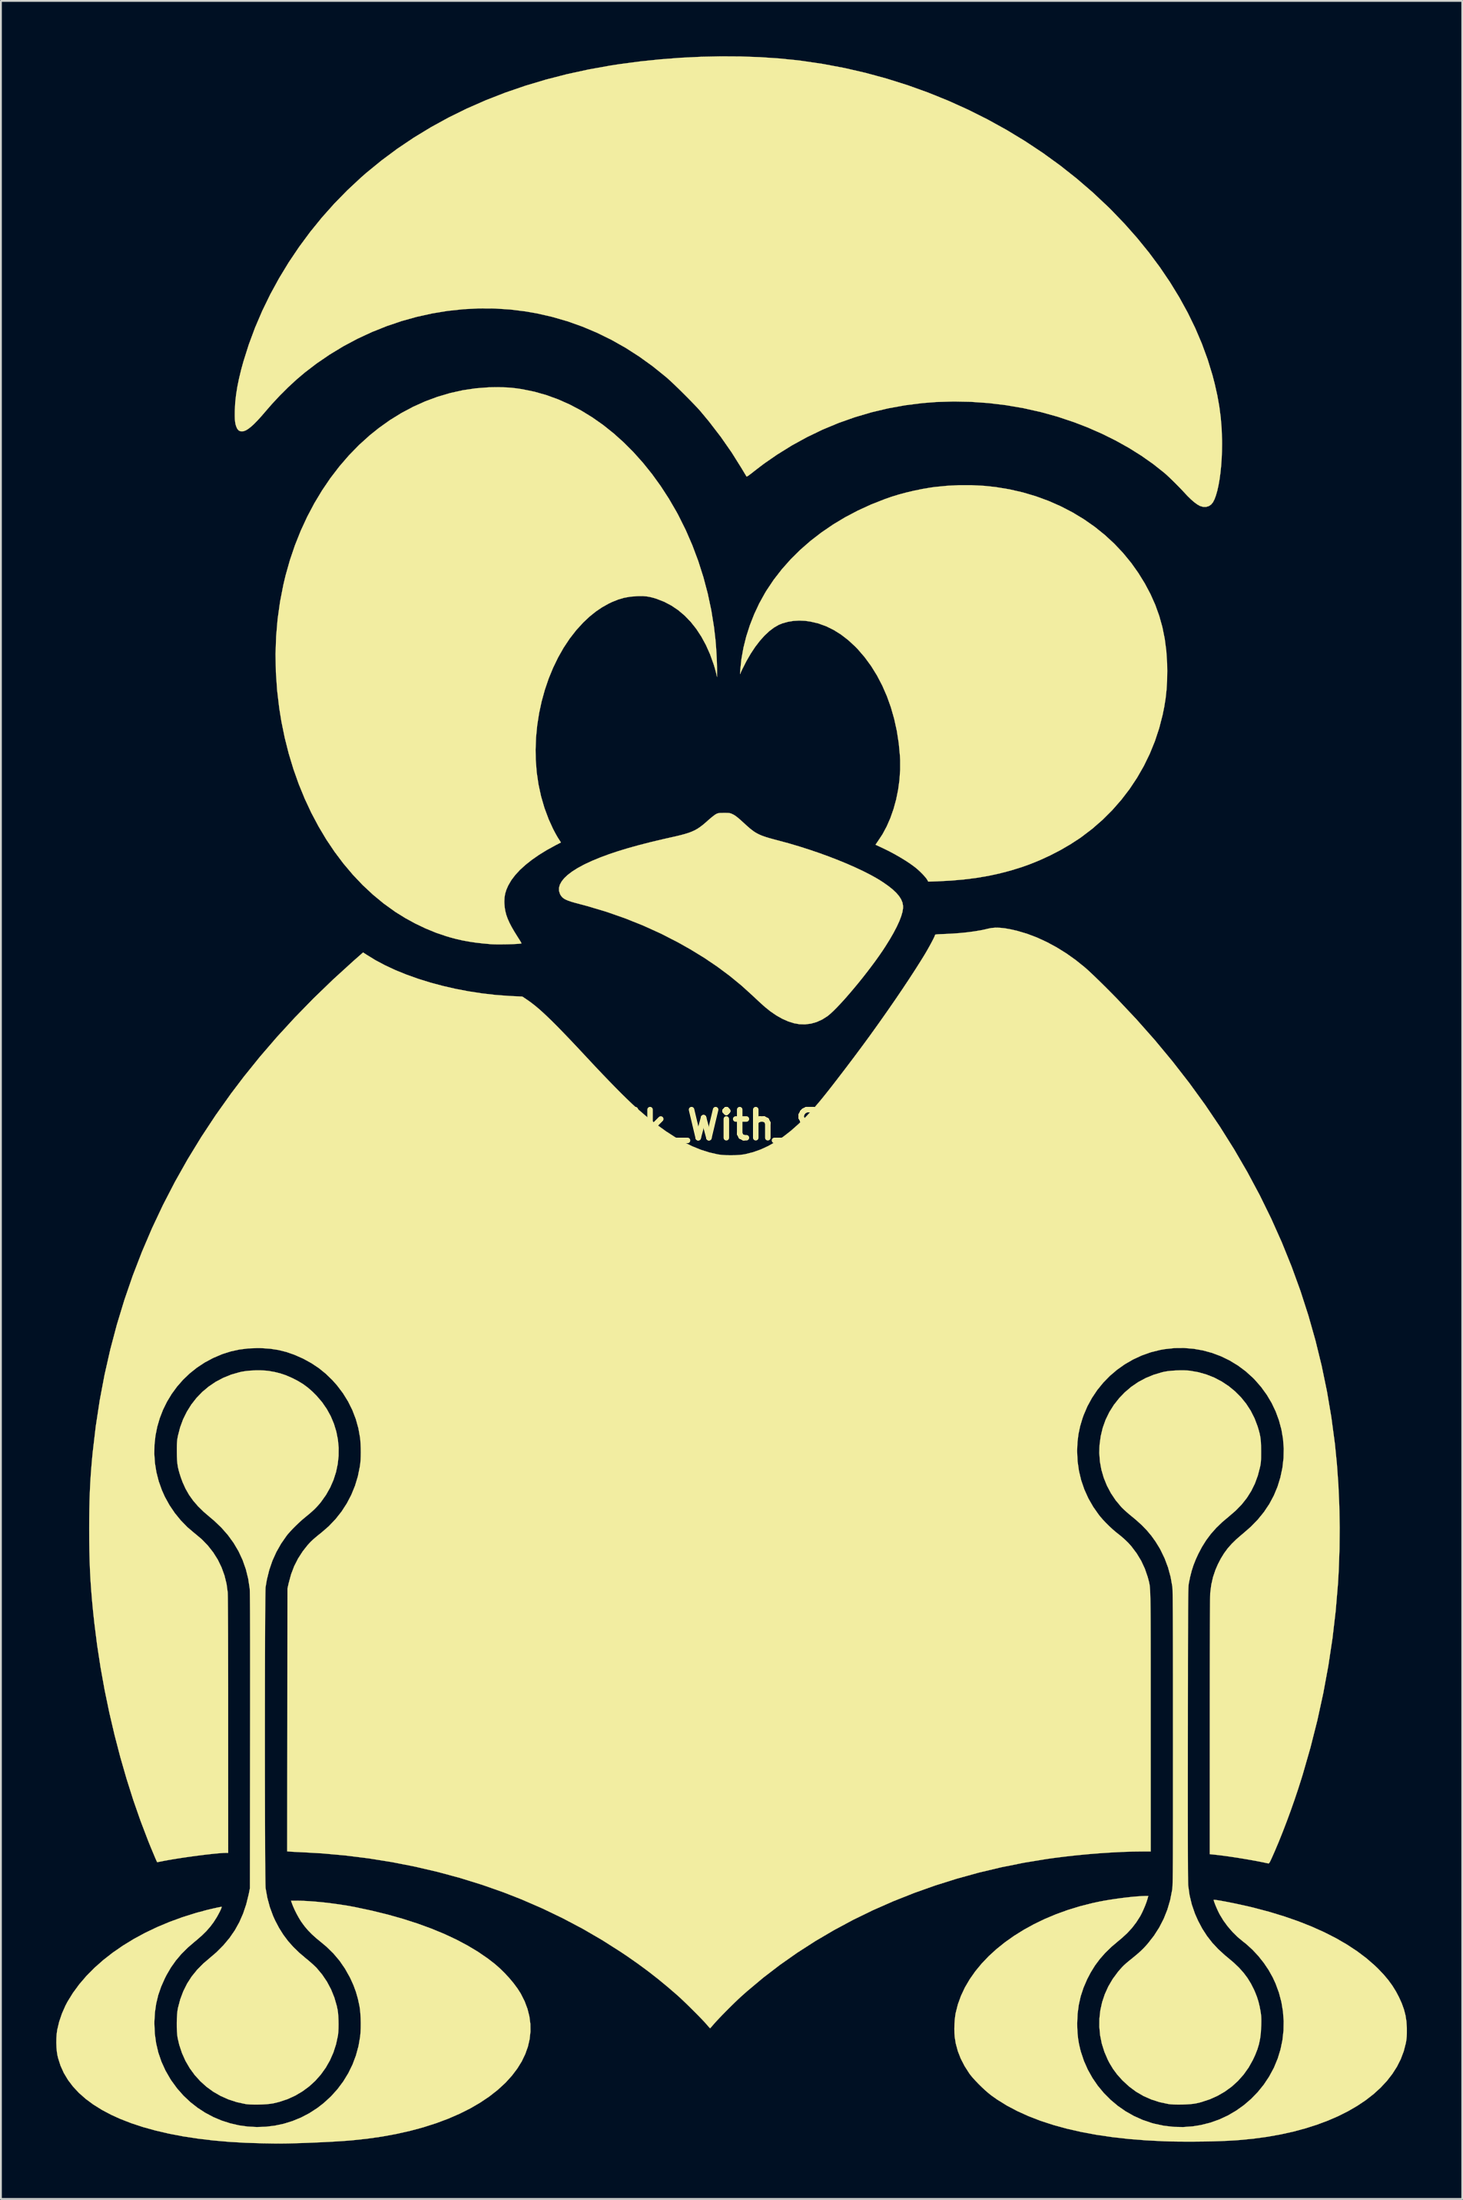
<source format=kicad_pcb>
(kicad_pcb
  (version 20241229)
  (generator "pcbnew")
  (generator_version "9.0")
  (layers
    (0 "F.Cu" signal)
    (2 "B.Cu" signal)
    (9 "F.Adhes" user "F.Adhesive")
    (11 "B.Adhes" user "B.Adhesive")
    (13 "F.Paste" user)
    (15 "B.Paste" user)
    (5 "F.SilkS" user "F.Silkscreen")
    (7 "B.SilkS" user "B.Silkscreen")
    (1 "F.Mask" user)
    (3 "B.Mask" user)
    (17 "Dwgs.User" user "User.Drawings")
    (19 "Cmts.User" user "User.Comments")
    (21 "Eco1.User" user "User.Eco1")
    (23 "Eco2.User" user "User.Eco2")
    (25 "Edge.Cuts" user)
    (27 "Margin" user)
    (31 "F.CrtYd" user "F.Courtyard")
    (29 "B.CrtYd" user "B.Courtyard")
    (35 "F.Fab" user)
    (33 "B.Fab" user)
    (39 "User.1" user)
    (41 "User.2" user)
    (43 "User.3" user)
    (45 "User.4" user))
  (footprint "Tux_Silk_With_Sliders"
    (layer "F.Cu")
    (at 35.945 57.944)
    (property "Reference" "Tux_Silk_With_Sliders" (at 0 0 0) (layer "F.SilkS") (effects (font (size 1.524 1.524) (thickness 0.3))))
    (attr through_hole)
    (fp_poly (pts (xy 0.414 -16.92) (xy 0.51 -16.917) (xy 0.582 -16.909) (xy 0.642 -16.893) (xy 0.703 -16.868) (xy 0.77 -16.836) (xy 0.844 -16.795) (xy 0.928 -16.737) (xy 1.028 -16.659) (xy 1.148 -16.556) (xy 1.296 -16.423) (xy 1.36 -16.365) (xy 1.521 -16.217) (xy 1.665 -16.091) (xy 1.798 -15.985) (xy 1.927 -15.893) (xy 2.057 -15.815) (xy 2.197 -15.745) (xy 2.352 -15.68) (xy 2.53 -15.618) (xy 2.737 -15.555) (xy 2.98 -15.488) (xy 3.265 -15.412) (xy 3.28 -15.408) (xy 3.822 -15.261) (xy 4.367 -15.099) (xy 4.91 -14.926) (xy 5.446 -14.743) (xy 5.971 -14.552) (xy 6.478 -14.355) (xy 6.965 -14.155) (xy 7.424 -13.952) (xy 7.853 -13.749) (xy 8.244 -13.549) (xy 8.595 -13.352) (xy 8.852 -13.192) (xy 9.15 -12.986) (xy 9.401 -12.79) (xy 9.604 -12.601) (xy 9.763 -12.418) (xy 9.878 -12.239) (xy 9.952 -12.062) (xy 9.984 -11.885) (xy 9.984 -11.759) (xy 9.952 -11.555) (xy 9.883 -11.317) (xy 9.78 -11.048) (xy 9.642 -10.75) (xy 9.471 -10.423) (xy 9.268 -10.071) (xy 9.033 -9.694) (xy 8.882 -9.463) (xy 8.691 -9.185) (xy 8.484 -8.895) (xy 8.262 -8.596) (xy 8.03 -8.292) (xy 7.792 -7.988) (xy 7.55 -7.688) (xy 7.308 -7.397) (xy 7.071 -7.117) (xy 6.84 -6.853) (xy 6.619 -6.61) (xy 6.413 -6.392) (xy 6.225 -6.202) (xy 6.057 -6.045) (xy 5.914 -5.925) (xy 5.887 -5.905) (xy 5.598 -5.72) (xy 5.296 -5.584) (xy 4.984 -5.496) (xy 4.664 -5.458) (xy 4.36 -5.467) (xy 4.063 -5.52) (xy 3.753 -5.619) (xy 3.434 -5.76) (xy 3.112 -5.942) (xy 2.79 -6.162) (xy 2.512 -6.385) (xy 2.418 -6.468) (xy 2.297 -6.577) (xy 2.159 -6.703) (xy 2.013 -6.838) (xy 1.87 -6.973) (xy 1.832 -7.009) (xy 1.224 -7.56) (xy 0.584 -8.085) (xy -0.089 -8.586) (xy -0.802 -9.067) (xy -1.557 -9.529) (xy -2.212 -9.898) (xy -3.142 -10.375) (xy -4.103 -10.811) (xy -5.09 -11.206) (xy -6.1 -11.559) (xy -7.132 -11.868) (xy -7.551 -11.98) (xy -7.8 -12.046) (xy -8.004 -12.105) (xy -8.169 -12.161) (xy -8.301 -12.216) (xy -8.404 -12.273) (xy -8.484 -12.334) (xy -8.547 -12.403) (xy -8.599 -12.483) (xy -8.622 -12.527) (xy -8.674 -12.69) (xy -8.676 -12.857) (xy -8.63 -13.029) (xy -8.535 -13.204) (xy -8.393 -13.382) (xy -8.204 -13.561) (xy -7.968 -13.74) (xy -7.688 -13.919) (xy -7.362 -14.097) (xy -7.259 -14.149) (xy -6.867 -14.33) (xy -6.44 -14.506) (xy -5.974 -14.679) (xy -5.469 -14.848) (xy -4.922 -15.014) (xy -4.33 -15.178) (xy -3.694 -15.341) (xy -3.009 -15.503) (xy -2.636 -15.587) (xy -2.327 -15.656) (xy -2.062 -15.721) (xy -1.834 -15.783) (xy -1.636 -15.845) (xy -1.462 -15.912) (xy -1.305 -15.985) (xy -1.158 -16.068) (xy -1.016 -16.164) (xy -0.871 -16.275) (xy -0.717 -16.405) (xy -0.602 -16.508) (xy -0.487 -16.608) (xy -0.374 -16.702) (xy -0.273 -16.78) (xy -0.194 -16.836) (xy -0.165 -16.853) (xy -0.108 -16.882) (xy -0.055 -16.901) (xy 0.005 -16.912) (xy 0.086 -16.918) (xy 0.198 -16.92) (xy 0.28 -16.921) (xy 0.414 -16.92)) (stroke (width 0.01) (type solid)) (fill yes) (layer "F.SilkS"))
    (fp_poly (pts (xy 14.358 -34.656) (xy 14.994 -34.59) (xy 15.001 -34.589) (xy 15.748 -34.466) (xy 16.477 -34.299) (xy 17.187 -34.089) (xy 17.875 -33.837) (xy 18.539 -33.545) (xy 19.178 -33.214) (xy 19.789 -32.845) (xy 20.371 -32.439) (xy 20.921 -31.997) (xy 21.438 -31.521) (xy 21.919 -31.012) (xy 22.363 -30.47) (xy 22.741 -29.938) (xy 23.096 -29.364) (xy 23.404 -28.785) (xy 23.665 -28.199) (xy 23.88 -27.601) (xy 24.051 -26.988) (xy 24.178 -26.357) (xy 24.263 -25.703) (xy 24.307 -25.022) (xy 24.314 -24.612) (xy 24.305 -24.094) (xy 24.276 -23.608) (xy 24.225 -23.137) (xy 24.15 -22.666) (xy 24.062 -22.235) (xy 23.876 -21.513) (xy 23.643 -20.809) (xy 23.365 -20.126) (xy 23.042 -19.464) (xy 22.676 -18.826) (xy 22.269 -18.214) (xy 21.821 -17.63) (xy 21.334 -17.075) (xy 20.81 -16.552) (xy 20.249 -16.063) (xy 19.652 -15.609) (xy 19.571 -15.552) (xy 19.07 -15.225) (xy 18.531 -14.911) (xy 17.965 -14.618) (xy 17.384 -14.351) (xy 16.801 -14.117) (xy 16.432 -13.986) (xy 15.825 -13.798) (xy 15.214 -13.638) (xy 14.59 -13.504) (xy 13.948 -13.396) (xy 13.28 -13.312) (xy 12.58 -13.251) (xy 11.842 -13.213) (xy 11.759 -13.21) (xy 11.352 -13.196) (xy 11.293 -13.301) (xy 11.233 -13.387) (xy 11.142 -13.495) (xy 11.029 -13.617) (xy 10.903 -13.742) (xy 10.772 -13.862) (xy 10.646 -13.967) (xy 10.641 -13.971) (xy 10.404 -14.145) (xy 10.13 -14.328) (xy 9.828 -14.513) (xy 9.51 -14.695) (xy 9.186 -14.866) (xy 8.867 -15.022) (xy 8.834 -15.038) (xy 8.715 -15.092) (xy 8.615 -15.139) (xy 8.54 -15.174) (xy 8.5 -15.193) (xy 8.495 -15.196) (xy 8.505 -15.218) (xy 8.539 -15.27) (xy 8.59 -15.344) (xy 8.612 -15.375) (xy 8.869 -15.763) (xy 9.098 -16.19) (xy 9.299 -16.65) (xy 9.47 -17.138) (xy 9.61 -17.647) (xy 9.717 -18.173) (xy 9.79 -18.709) (xy 9.827 -19.252) (xy 9.827 -19.794) (xy 9.816 -20.018) (xy 9.751 -20.702) (xy 9.647 -21.37) (xy 9.504 -22.019) (xy 9.325 -22.646) (xy 9.109 -23.248) (xy 8.858 -23.823) (xy 8.573 -24.369) (xy 8.256 -24.881) (xy 7.907 -25.358) (xy 7.528 -25.798) (xy 7.386 -25.944) (xy 7.006 -26.294) (xy 6.616 -26.594) (xy 6.216 -26.844) (xy 5.805 -27.045) (xy 5.385 -27.195) (xy 4.954 -27.296) (xy 4.675 -27.335) (xy 4.354 -27.349) (xy 4.031 -27.33) (xy 3.72 -27.278) (xy 3.432 -27.196) (xy 3.239 -27.116) (xy 2.981 -26.967) (xy 2.722 -26.77) (xy 2.464 -26.528) (xy 2.21 -26.242) (xy 1.961 -25.917) (xy 1.721 -25.554) (xy 1.49 -25.155) (xy 1.271 -24.725) (xy 1.225 -24.625) (xy 1.142 -24.447) (xy 1.157 -24.675) (xy 1.22 -25.274) (xy 1.329 -25.882) (xy 1.482 -26.493) (xy 1.677 -27.1) (xy 1.912 -27.698) (xy 2.185 -28.281) (xy 2.495 -28.841) (xy 2.574 -28.972) (xy 2.967 -29.56) (xy 3.405 -30.124) (xy 3.884 -30.665) (xy 4.404 -31.18) (xy 4.962 -31.667) (xy 5.557 -32.126) (xy 6.186 -32.555) (xy 6.846 -32.952) (xy 7.538 -33.316) (xy 8.257 -33.645) (xy 9.003 -33.938) (xy 9.373 -34.067) (xy 9.758 -34.185) (xy 10.178 -34.297) (xy 10.616 -34.4) (xy 11.058 -34.489) (xy 11.487 -34.561) (xy 11.696 -34.59) (xy 12.352 -34.656) (xy 13.023 -34.689) (xy 13.696 -34.689) (xy 14.358 -34.656)) (stroke (width 0.01) (type solid)) (fill yes) (layer "F.SilkS"))
    (fp_poly (pts (xy -11.788 -39.999) (xy -11.507 -39.988) (xy -11.244 -39.969) (xy -10.982 -39.939) (xy -10.704 -39.898) (xy -10.657 -39.89) (xy -10.004 -39.756) (xy -9.357 -39.572) (xy -8.72 -39.341) (xy -8.093 -39.062) (xy -7.477 -38.738) (xy -6.875 -38.369) (xy -6.288 -37.957) (xy -5.717 -37.502) (xy -5.164 -37.006) (xy -4.63 -36.471) (xy -4.117 -35.897) (xy -3.626 -35.286) (xy -3.158 -34.638) (xy -2.715 -33.955) (xy -2.299 -33.239) (xy -2.201 -33.058) (xy -1.803 -32.259) (xy -1.443 -31.43) (xy -1.123 -30.575) (xy -0.844 -29.7) (xy -0.608 -28.808) (xy -0.416 -27.905) (xy -0.27 -26.994) (xy -0.191 -26.315) (xy -0.17 -26.074) (xy -0.151 -25.808) (xy -0.134 -25.532) (xy -0.12 -25.257) (xy -0.11 -24.997) (xy -0.105 -24.765) (xy -0.104 -24.612) (xy -0.106 -24.294) (xy -0.152 -24.497) (xy -0.18 -24.608) (xy -0.218 -24.747) (xy -0.262 -24.894) (xy -0.293 -24.993) (xy -0.485 -25.526) (xy -0.706 -26.021) (xy -0.955 -26.479) (xy -1.23 -26.898) (xy -1.53 -27.276) (xy -1.855 -27.614) (xy -2.204 -27.909) (xy -2.575 -28.16) (xy -2.967 -28.367) (xy -3.373 -28.525) (xy -3.58 -28.589) (xy -3.76 -28.633) (xy -3.932 -28.661) (xy -4.111 -28.675) (xy -4.313 -28.677) (xy -4.457 -28.672) (xy -4.814 -28.644) (xy -5.15 -28.583) (xy -5.478 -28.486) (xy -5.812 -28.351) (xy -5.975 -28.273) (xy -6.337 -28.071) (xy -6.682 -27.837) (xy -7.02 -27.565) (xy -7.358 -27.248) (xy -7.361 -27.245) (xy -7.743 -26.827) (xy -8.1 -26.368) (xy -8.429 -25.872) (xy -8.729 -25.343) (xy -8.999 -24.784) (xy -9.239 -24.2) (xy -9.445 -23.593) (xy -9.618 -22.967) (xy -9.756 -22.327) (xy -9.858 -21.675) (xy -9.922 -21.016) (xy -9.947 -20.353) (xy -9.938 -19.806) (xy -9.886 -19.13) (xy -9.789 -18.465) (xy -9.648 -17.816) (xy -9.464 -17.186) (xy -9.238 -16.579) (xy -9.012 -16.082) (xy -8.939 -15.939) (xy -8.859 -15.79) (xy -8.781 -15.652) (xy -8.715 -15.542) (xy -8.71 -15.536) (xy -8.572 -15.32) (xy -8.869 -15.166) (xy -9.334 -14.911) (xy -9.761 -14.648) (xy -10.148 -14.379) (xy -10.493 -14.106) (xy -10.796 -13.83) (xy -11.052 -13.552) (xy -11.262 -13.275) (xy -11.423 -12.999) (xy -11.433 -12.98) (xy -11.53 -12.757) (xy -11.594 -12.553) (xy -11.63 -12.349) (xy -11.641 -12.128) (xy -11.638 -12.002) (xy -11.621 -11.798) (xy -11.588 -11.6) (xy -11.537 -11.4) (xy -11.464 -11.194) (xy -11.367 -10.975) (xy -11.244 -10.737) (xy -11.092 -10.475) (xy -10.909 -10.182) (xy -10.87 -10.12) (xy -10.806 -10.02) (xy -10.755 -9.935) (xy -10.722 -9.875) (xy -10.712 -9.849) (xy -10.712 -9.849) (xy -10.746 -9.839) (xy -10.824 -9.829) (xy -10.938 -9.821) (xy -11.081 -9.813) (xy -11.245 -9.806) (xy -11.423 -9.801) (xy -11.608 -9.797) (xy -11.792 -9.795) (xy -11.969 -9.794) (xy -12.13 -9.796) (xy -12.268 -9.8) (xy -12.369 -9.805) (xy -12.801 -9.844) (xy -13.192 -9.889) (xy -13.554 -9.943) (xy -13.897 -10.006) (xy -14.232 -10.081) (xy -14.57 -10.171) (xy -14.785 -10.234) (xy -15.34 -10.422) (xy -15.903 -10.653) (xy -16.464 -10.92) (xy -17.01 -11.218) (xy -17.531 -11.541) (xy -17.574 -11.57) (xy -18.183 -12.008) (xy -18.768 -12.49) (xy -19.328 -13.013) (xy -19.863 -13.577) (xy -20.371 -14.179) (xy -20.85 -14.816) (xy -21.301 -15.488) (xy -21.721 -16.193) (xy -22.111 -16.928) (xy -22.467 -17.691) (xy -22.791 -18.481) (xy -23.08 -19.297) (xy -23.334 -20.135) (xy -23.551 -20.994) (xy -23.731 -21.872) (xy -23.848 -22.595) (xy -23.965 -23.582) (xy -24.032 -24.559) (xy -24.05 -25.527) (xy -24.018 -26.484) (xy -23.937 -27.431) (xy -23.806 -28.367) (xy -23.626 -29.291) (xy -23.505 -29.799) (xy -23.271 -30.628) (xy -22.997 -31.435) (xy -22.684 -32.219) (xy -22.334 -32.976) (xy -21.948 -33.706) (xy -21.527 -34.406) (xy -21.073 -35.075) (xy -20.586 -35.709) (xy -20.069 -36.308) (xy -19.522 -36.869) (xy -18.946 -37.389) (xy -18.46 -37.78) (xy -17.855 -38.212) (xy -17.23 -38.598) (xy -16.588 -38.94) (xy -15.931 -39.235) (xy -15.262 -39.483) (xy -14.581 -39.684) (xy -13.892 -39.837) (xy -13.195 -39.94) (xy -12.494 -39.994) (xy -12.103 -40.002) (xy -11.788 -39.999)) (stroke (width 0.01) (type solid)) (fill yes) (layer "F.SilkS"))
    (fp_poly (pts (xy 1.173 -57.932) (xy 2.218 -57.895) (xy 3.235 -57.827) (xy 4.219 -57.73) (xy 4.449 -57.702) (xy 5.631 -57.528) (xy 6.802 -57.308) (xy 7.962 -57.041) (xy 9.108 -56.729) (xy 10.238 -56.373) (xy 11.351 -55.973) (xy 12.445 -55.53) (xy 13.517 -55.046) (xy 14.567 -54.52) (xy 15.591 -53.955) (xy 16.589 -53.351) (xy 17.559 -52.708) (xy 18.498 -52.028) (xy 19.404 -51.312) (xy 20.277 -50.56) (xy 21.113 -49.774) (xy 21.282 -49.607) (xy 22.006 -48.854) (xy 22.686 -48.085) (xy 23.323 -47.301) (xy 23.916 -46.504) (xy 24.464 -45.695) (xy 24.966 -44.875) (xy 25.422 -44.046) (xy 25.831 -43.208) (xy 26.191 -42.363) (xy 26.503 -41.513) (xy 26.765 -40.659) (xy 26.888 -40.185) (xy 27.029 -39.558) (xy 27.137 -38.955) (xy 27.214 -38.362) (xy 27.263 -37.765) (xy 27.285 -37.149) (xy 27.287 -36.943) (xy 27.281 -36.528) (xy 27.264 -36.122) (xy 27.236 -35.73) (xy 27.198 -35.357) (xy 27.15 -35.006) (xy 27.093 -34.683) (xy 27.029 -34.393) (xy 26.956 -34.139) (xy 26.878 -33.927) (xy 26.793 -33.761) (xy 26.689 -33.636) (xy 26.56 -33.552) (xy 26.411 -33.511) (xy 26.251 -33.515) (xy 26.085 -33.565) (xy 26.074 -33.571) (xy 25.936 -33.65) (xy 25.778 -33.766) (xy 25.605 -33.916) (xy 25.424 -34.092) (xy 25.311 -34.212) (xy 25.143 -34.393) (xy 24.962 -34.581) (xy 24.777 -34.769) (xy 24.594 -34.95) (xy 24.422 -35.115) (xy 24.269 -35.258) (xy 24.141 -35.37) (xy 23.547 -35.84) (xy 22.909 -36.288) (xy 22.232 -36.712) (xy 21.518 -37.11) (xy 20.771 -37.48) (xy 19.995 -37.821) (xy 19.266 -38.102) (xy 18.369 -38.402) (xy 17.452 -38.656) (xy 16.521 -38.864) (xy 15.579 -39.026) (xy 14.63 -39.141) (xy 13.678 -39.208) (xy 12.728 -39.227) (xy 11.783 -39.199) (xy 11.035 -39.14) (xy 10.099 -39.022) (xy 9.175 -38.855) (xy 8.264 -38.639) (xy 7.368 -38.374) (xy 6.488 -38.063) (xy 5.625 -37.704) (xy 4.782 -37.299) (xy 3.96 -36.848) (xy 3.161 -36.352) (xy 2.501 -35.897) (xy 2.365 -35.797) (xy 2.207 -35.677) (xy 2.044 -35.552) (xy 1.893 -35.435) (xy 1.855 -35.404) (xy 1.743 -35.317) (xy 1.645 -35.244) (xy 1.567 -35.19) (xy 1.517 -35.16) (xy 1.5 -35.156) (xy 1.482 -35.183) (xy 1.443 -35.247) (xy 1.386 -35.34) (xy 1.317 -35.456) (xy 1.238 -35.587) (xy 1.233 -35.596) (xy 0.69 -36.462) (xy 0.099 -37.31) (xy -0.539 -38.14) (xy -0.981 -38.672) (xy -1.099 -38.806) (xy -1.249 -38.967) (xy -1.423 -39.149) (xy -1.615 -39.346) (xy -1.818 -39.551) (xy -2.026 -39.758) (xy -2.232 -39.959) (xy -2.429 -40.149) (xy -2.612 -40.321) (xy -2.773 -40.468) (xy -2.886 -40.566) (xy -3.592 -41.135) (xy -4.318 -41.658) (xy -5.062 -42.136) (xy -5.825 -42.566) (xy -6.605 -42.949) (xy -7.401 -43.285) (xy -8.213 -43.574) (xy -9.039 -43.813) (xy -9.879 -44.005) (xy -10.488 -44.111) (xy -11.329 -44.215) (xy -12.174 -44.269) (xy -13.022 -44.274) (xy -13.87 -44.23) (xy -14.716 -44.139) (xy -15.557 -44.001) (xy -16.391 -43.817) (xy -17.215 -43.587) (xy -18.028 -43.311) (xy -18.826 -42.992) (xy -19.608 -42.628) (xy -20.371 -42.222) (xy -21.112 -41.773) (xy -21.83 -41.283) (xy -22.463 -40.798) (xy -22.913 -40.417) (xy -23.367 -39.998) (xy -23.817 -39.55) (xy -24.252 -39.083) (xy -24.577 -38.709) (xy -24.812 -38.436) (xy -25.022 -38.205) (xy -25.209 -38.014) (xy -25.375 -37.862) (xy -25.522 -37.747) (xy -25.65 -37.667) (xy -25.763 -37.622) (xy -25.82 -37.61) (xy -25.945 -37.611) (xy -26.039 -37.648) (xy -26.113 -37.727) (xy -26.149 -37.791) (xy -26.19 -37.89) (xy -26.221 -37.996) (xy -26.242 -38.119) (xy -26.256 -38.266) (xy -26.261 -38.444) (xy -26.26 -38.661) (xy -26.257 -38.784) (xy -26.236 -39.18) (xy -26.191 -39.59) (xy -26.123 -40.019) (xy -26.03 -40.474) (xy -25.912 -40.961) (xy -25.793 -41.393) (xy -25.5 -42.32) (xy -25.159 -43.237) (xy -24.77 -44.144) (xy -24.336 -45.036) (xy -23.857 -45.912) (xy -23.337 -46.768) (xy -22.775 -47.603) (xy -22.175 -48.415) (xy -21.537 -49.2) (xy -20.863 -49.956) (xy -20.154 -50.68) (xy -19.413 -51.371) (xy -19.137 -51.613) (xy -18.31 -52.289) (xy -17.45 -52.928) (xy -16.555 -53.53) (xy -15.627 -54.094) (xy -14.667 -54.621) (xy -13.674 -55.109) (xy -12.649 -55.559) (xy -11.593 -55.971) (xy -10.506 -56.344) (xy -9.389 -56.678) (xy -8.243 -56.973) (xy -7.068 -57.228) (xy -5.865 -57.444) (xy -5.352 -57.522) (xy -4.263 -57.665) (xy -3.167 -57.778) (xy -2.07 -57.862) (xy -0.977 -57.915) (xy 0.106 -57.939) (xy 1.173 -57.932)) (stroke (width 0.01) (type solid)) (fill yes) (layer "F.SilkS"))
    (fp_poly (pts (xy -22.889 42.054) (xy -22.576 42.06) (xy -22.224 42.079) (xy -21.842 42.108) (xy -21.44 42.147) (xy -21.028 42.196) (xy -20.615 42.252) (xy -20.212 42.314) (xy -19.828 42.383) (xy -19.743 42.399) (xy -18.839 42.591) (xy -17.972 42.804) (xy -17.145 43.037) (xy -16.357 43.29) (xy -15.61 43.562) (xy -14.905 43.852) (xy -14.244 44.161) (xy -13.626 44.489) (xy -13.054 44.833) (xy -12.528 45.195) (xy -12.148 45.49) (xy -11.883 45.723) (xy -11.621 45.98) (xy -11.37 46.251) (xy -11.139 46.528) (xy -10.936 46.801) (xy -10.768 47.061) (xy -10.746 47.099) (xy -10.541 47.505) (xy -10.387 47.914) (xy -10.283 48.326) (xy -10.229 48.738) (xy -10.225 49.15) (xy -10.27 49.561) (xy -10.364 49.968) (xy -10.507 50.37) (xy -10.698 50.767) (xy -10.939 51.156) (xy -11.227 51.536) (xy -11.563 51.907) (xy -11.59 51.934) (xy -11.999 52.31) (xy -12.453 52.666) (xy -12.951 53.001) (xy -13.489 53.314) (xy -14.068 53.604) (xy -14.685 53.872) (xy -15.338 54.116) (xy -16.025 54.336) (xy -16.745 54.53) (xy -17.496 54.699) (xy -18.276 54.842) (xy -19.083 54.957) (xy -19.916 55.046) (xy -20.061 55.058) (xy -20.331 55.078) (xy -20.634 55.098) (xy -20.962 55.118) (xy -21.308 55.136) (xy -21.666 55.154) (xy -22.028 55.17) (xy -22.388 55.184) (xy -22.739 55.196) (xy -23.074 55.206) (xy -23.386 55.214) (xy -23.668 55.218) (xy -23.913 55.22) (xy -24.114 55.218) (xy -24.116 55.218) (xy -24.241 55.216) (xy -24.398 55.213) (xy -24.567 55.21) (xy -24.728 55.207) (xy -24.739 55.207) (xy -25.668 55.179) (xy -26.567 55.127) (xy -27.435 55.051) (xy -28.269 54.951) (xy -29.069 54.829) (xy -29.831 54.683) (xy -30.556 54.515) (xy -31.241 54.325) (xy -31.884 54.113) (xy -32.484 53.879) (xy -32.964 53.661) (xy -33.47 53.393) (xy -33.931 53.106) (xy -34.345 52.8) (xy -34.712 52.476) (xy -35.033 52.133) (xy -35.307 51.772) (xy -35.534 51.393) (xy -35.713 50.996) (xy -35.845 50.582) (xy -35.879 50.436) (xy -35.911 50.238) (xy -35.931 50.007) (xy -35.94 49.758) (xy -35.936 49.508) (xy -35.92 49.272) (xy -35.892 49.066) (xy -35.891 49.058) (xy -35.785 48.615) (xy -35.635 48.172) (xy -35.447 47.745) (xy -35.336 47.533) (xy -35.037 47.05) (xy -34.692 46.581) (xy -34.301 46.126) (xy -33.867 45.689) (xy -33.392 45.269) (xy -32.878 44.868) (xy -32.327 44.488) (xy -31.741 44.13) (xy -31.122 43.795) (xy -30.473 43.485) (xy -29.794 43.201) (xy -29.089 42.944) (xy -28.359 42.715) (xy -27.792 42.562) (xy -27.658 42.53) (xy -27.514 42.496) (xy -27.37 42.463) (xy -27.234 42.433) (xy -27.117 42.409) (xy -27.029 42.392) (xy -26.979 42.384) (xy -26.975 42.384) (xy -26.972 42.405) (xy -26.991 42.462) (xy -27.027 42.548) (xy -27.079 42.655) (xy -27.141 42.774) (xy -27.21 42.9) (xy -27.241 42.953) (xy -27.409 43.217) (xy -27.595 43.465) (xy -27.805 43.704) (xy -28.047 43.942) (xy -28.327 44.186) (xy -28.438 44.277) (xy -28.822 44.608) (xy -29.161 44.946) (xy -29.459 45.299) (xy -29.724 45.673) (xy -29.959 46.075) (xy -30.054 46.262) (xy -30.256 46.717) (xy -30.412 47.169) (xy -30.523 47.626) (xy -30.592 48.098) (xy -30.622 48.592) (xy -30.623 48.728) (xy -30.599 49.267) (xy -30.527 49.789) (xy -30.407 50.294) (xy -30.239 50.783) (xy -30.023 51.258) (xy -29.758 51.719) (xy -29.701 51.806) (xy -29.39 52.232) (xy -29.048 52.62) (xy -28.678 52.969) (xy -28.283 53.279) (xy -27.866 53.55) (xy -27.43 53.782) (xy -26.978 53.973) (xy -26.512 54.123) (xy -26.036 54.233) (xy -25.553 54.3) (xy -25.066 54.326) (xy -24.578 54.31) (xy -24.091 54.25) (xy -23.609 54.148) (xy -23.134 54.001) (xy -22.67 53.811) (xy -22.22 53.576) (xy -21.786 53.295) (xy -21.441 53.028) (xy -21.047 52.667) (xy -20.692 52.274) (xy -20.377 51.852) (xy -20.104 51.405) (xy -19.874 50.936) (xy -19.69 50.446) (xy -19.551 49.939) (xy -19.462 49.429) (xy -19.441 49.207) (xy -19.43 48.957) (xy -19.428 48.69) (xy -19.434 48.422) (xy -19.449 48.164) (xy -19.472 47.932) (xy -19.498 47.762) (xy -19.585 47.362) (xy -19.69 46.996) (xy -19.819 46.645) (xy -19.976 46.295) (xy -20.025 46.196) (xy -20.285 45.734) (xy -20.579 45.308) (xy -20.91 44.916) (xy -21.281 44.553) (xy -21.559 44.32) (xy -21.838 44.091) (xy -22.079 43.874) (xy -22.287 43.662) (xy -22.47 43.447) (xy -22.636 43.221) (xy -22.694 43.134) (xy -22.8 42.959) (xy -22.909 42.76) (xy -23.011 42.555) (xy -23.098 42.361) (xy -23.146 42.238) (xy -23.212 42.054) (xy -22.889 42.054)) (stroke (width 0.01) (type solid)) (fill yes) (layer "F.SilkS"))
    (fp_poly (pts (xy 23.234 41.984) (xy 23.184 42.138) (xy 23.115 42.319) (xy 23.035 42.51) (xy 22.951 42.693) (xy 22.87 42.852) (xy 22.84 42.905) (xy 22.632 43.23) (xy 22.403 43.529) (xy 22.145 43.809) (xy 21.849 44.082) (xy 21.667 44.233) (xy 21.287 44.555) (xy 20.952 44.88) (xy 20.657 45.215) (xy 20.395 45.566) (xy 20.163 45.942) (xy 19.969 46.312) (xy 19.772 46.771) (xy 19.62 47.232) (xy 19.514 47.703) (xy 19.45 48.189) (xy 19.429 48.698) (xy 19.432 48.916) (xy 19.448 49.239) (xy 19.478 49.531) (xy 19.524 49.811) (xy 19.59 50.097) (xy 19.63 50.248) (xy 19.795 50.742) (xy 20.005 51.215) (xy 20.257 51.665) (xy 20.548 52.089) (xy 20.876 52.484) (xy 21.239 52.848) (xy 21.632 53.178) (xy 22.054 53.471) (xy 22.502 53.725) (xy 22.974 53.937) (xy 23.466 54.105) (xy 23.601 54.142) (xy 24.128 54.254) (xy 24.654 54.316) (xy 25.18 54.327) (xy 25.708 54.287) (xy 26.137 54.217) (xy 26.641 54.091) (xy 27.129 53.918) (xy 27.598 53.701) (xy 28.044 53.441) (xy 28.465 53.142) (xy 28.858 52.805) (xy 29.219 52.434) (xy 29.547 52.03) (xy 29.837 51.595) (xy 30.087 51.133) (xy 30.106 51.093) (xy 30.306 50.61) (xy 30.458 50.113) (xy 30.563 49.606) (xy 30.62 49.093) (xy 30.629 48.576) (xy 30.591 48.06) (xy 30.506 47.549) (xy 30.373 47.045) (xy 30.193 46.553) (xy 30.039 46.218) (xy 29.816 45.818) (xy 29.553 45.427) (xy 29.259 45.057) (xy 28.94 44.714) (xy 28.604 44.408) (xy 28.426 44.267) (xy 28.134 44.026) (xy 27.854 43.749) (xy 27.592 43.446) (xy 27.36 43.129) (xy 27.165 42.808) (xy 27.116 42.715) (xy 27.057 42.592) (xy 26.998 42.462) (xy 26.943 42.334) (xy 26.896 42.216) (xy 26.86 42.117) (xy 26.838 42.045) (xy 26.834 42.01) (xy 26.835 42.009) (xy 26.867 42.006) (xy 26.944 42.013) (xy 27.059 42.03) (xy 27.207 42.054) (xy 27.383 42.086) (xy 27.581 42.123) (xy 27.796 42.166) (xy 28.022 42.212) (xy 28.254 42.262) (xy 28.485 42.313) (xy 28.712 42.364) (xy 28.928 42.415) (xy 29.016 42.437) (xy 29.858 42.66) (xy 30.66 42.905) (xy 31.423 43.17) (xy 32.146 43.456) (xy 32.826 43.761) (xy 33.464 44.085) (xy 34.058 44.429) (xy 34.607 44.79) (xy 35.111 45.169) (xy 35.568 45.566) (xy 35.761 45.752) (xy 36.053 46.059) (xy 36.304 46.358) (xy 36.523 46.658) (xy 36.716 46.969) (xy 36.88 47.279) (xy 37.035 47.622) (xy 37.152 47.948) (xy 37.235 48.269) (xy 37.286 48.596) (xy 37.308 48.944) (xy 37.309 49.071) (xy 37.308 49.262) (xy 37.301 49.417) (xy 37.289 49.552) (xy 37.27 49.684) (xy 37.253 49.776) (xy 37.14 50.216) (xy 36.979 50.642) (xy 36.772 51.053) (xy 36.519 51.449) (xy 36.223 51.829) (xy 35.884 52.192) (xy 35.504 52.538) (xy 35.084 52.865) (xy 34.626 53.172) (xy 34.131 53.46) (xy 33.599 53.728) (xy 33.034 53.973) (xy 32.435 54.197) (xy 31.804 54.398) (xy 31.143 54.575) (xy 30.452 54.727) (xy 29.734 54.855) (xy 28.989 54.956) (xy 28.219 55.03) (xy 28.019 55.045) (xy 27.643 55.067) (xy 27.227 55.085) (xy 26.78 55.1) (xy 26.315 55.109) (xy 25.84 55.115) (xy 25.365 55.116) (xy 24.903 55.113) (xy 24.462 55.105) (xy 24.141 55.095) (xy 23.168 55.046) (xy 22.232 54.972) (xy 21.335 54.871) (xy 20.477 54.745) (xy 19.659 54.594) (xy 18.881 54.417) (xy 18.143 54.215) (xy 17.448 53.989) (xy 16.794 53.737) (xy 16.183 53.461) (xy 15.615 53.161) (xy 15.091 52.836) (xy 14.775 52.613) (xy 14.616 52.486) (xy 14.44 52.334) (xy 14.257 52.164) (xy 14.076 51.986) (xy 13.905 51.807) (xy 13.752 51.638) (xy 13.627 51.486) (xy 13.577 51.417) (xy 13.321 51.017) (xy 13.114 50.616) (xy 12.956 50.21) (xy 12.844 49.797) (xy 12.787 49.442) (xy 12.771 49.231) (xy 12.767 48.988) (xy 12.774 48.731) (xy 12.792 48.479) (xy 12.821 48.249) (xy 12.839 48.143) (xy 12.959 47.671) (xy 13.127 47.208) (xy 13.341 46.754) (xy 13.601 46.311) (xy 13.904 45.88) (xy 14.248 45.463) (xy 14.632 45.061) (xy 15.054 44.676) (xy 15.511 44.309) (xy 16.003 43.961) (xy 16.527 43.634) (xy 17.081 43.329) (xy 17.664 43.047) (xy 18.274 42.791) (xy 18.909 42.561) (xy 19.567 42.359) (xy 20.247 42.186) (xy 20.607 42.108) (xy 20.881 42.056) (xy 21.176 42.006) (xy 21.485 41.959) (xy 21.798 41.916) (xy 22.106 41.878) (xy 22.401 41.846) (xy 22.673 41.822) (xy 22.915 41.806) (xy 23.117 41.799) (xy 23.14 41.799) (xy 23.286 41.799) (xy 23.234 41.984)) (stroke (width 0.01) (type solid)) (fill yes) (layer "F.SilkS"))
    (fp_poly (pts (xy -24.619 13.312) (xy -24.418 13.333) (xy -24.091 13.391) (xy -23.794 13.465) (xy -23.506 13.562) (xy -23.209 13.688) (xy -23.138 13.721) (xy -22.834 13.877) (xy -22.562 14.042) (xy -22.31 14.227) (xy -22.064 14.44) (xy -21.834 14.668) (xy -21.531 15.02) (xy -21.272 15.395) (xy -21.055 15.789) (xy -20.883 16.2) (xy -20.754 16.624) (xy -20.669 17.056) (xy -20.628 17.495) (xy -20.631 17.935) (xy -20.678 18.375) (xy -20.769 18.809) (xy -20.905 19.236) (xy -21.085 19.65) (xy -21.31 20.049) (xy -21.58 20.43) (xy -21.651 20.518) (xy -21.781 20.667) (xy -21.919 20.811) (xy -22.076 20.957) (xy -22.259 21.114) (xy -22.438 21.261) (xy -22.593 21.39) (xy -22.761 21.542) (xy -22.933 21.705) (xy -23.1 21.872) (xy -23.251 22.032) (xy -23.378 22.176) (xy -23.446 22.26) (xy -23.749 22.695) (xy -24.006 23.148) (xy -24.22 23.621) (xy -24.391 24.119) (xy -24.521 24.643) (xy -24.592 25.057) (xy -24.595 25.106) (xy -24.598 25.203) (xy -24.601 25.346) (xy -24.604 25.534) (xy -24.607 25.762) (xy -24.609 26.029) (xy -24.612 26.333) (xy -24.614 26.671) (xy -24.616 27.04) (xy -24.618 27.439) (xy -24.62 27.865) (xy -24.621 28.315) (xy -24.623 28.788) (xy -24.624 29.28) (xy -24.625 29.789) (xy -24.626 30.314) (xy -24.626 30.851) (xy -24.627 31.398) (xy -24.627 31.953) (xy -24.628 32.513) (xy -24.628 33.076) (xy -24.628 33.64) (xy -24.628 34.202) (xy -24.627 34.76) (xy -24.627 35.311) (xy -24.626 35.853) (xy -24.625 36.384) (xy -24.624 36.901) (xy -24.623 37.401) (xy -24.622 37.884) (xy -24.62 38.345) (xy -24.618 38.783) (xy -24.617 39.195) (xy -24.615 39.579) (xy -24.613 39.932) (xy -24.61 40.253) (xy -24.608 40.538) (xy -24.605 40.786) (xy -24.602 40.993) (xy -24.599 41.158) (xy -24.596 41.278) (xy -24.593 41.35) (xy -24.592 41.367) (xy -24.497 41.893) (xy -24.361 42.399) (xy -24.185 42.878) (xy -24.068 43.136) (xy -23.858 43.534) (xy -23.629 43.899) (xy -23.374 44.239) (xy -23.087 44.563) (xy -22.762 44.878) (xy -22.393 45.191) (xy -22.392 45.191) (xy -22.256 45.303) (xy -22.117 45.423) (xy -21.987 45.54) (xy -21.878 45.644) (xy -21.823 45.699) (xy -21.521 46.06) (xy -21.258 46.45) (xy -21.037 46.867) (xy -20.86 47.306) (xy -20.728 47.763) (xy -20.681 47.99) (xy -20.661 48.141) (xy -20.647 48.327) (xy -20.638 48.535) (xy -20.634 48.752) (xy -20.637 48.965) (xy -20.646 49.159) (xy -20.661 49.32) (xy -20.667 49.363) (xy -20.768 49.835) (xy -20.913 50.284) (xy -21.1 50.709) (xy -21.327 51.107) (xy -21.592 51.477) (xy -21.892 51.816) (xy -22.226 52.121) (xy -22.59 52.39) (xy -22.984 52.622) (xy -23.404 52.814) (xy -23.85 52.962) (xy -24.172 53.04) (xy -24.333 53.065) (xy -24.53 53.085) (xy -24.749 53.099) (xy -24.978 53.106) (xy -25.204 53.107) (xy -25.413 53.101) (xy -25.593 53.088) (xy -25.681 53.076) (xy -26.152 52.975) (xy -26.6 52.829) (xy -27.025 52.641) (xy -27.422 52.413) (xy -27.791 52.146) (xy -28.128 51.843) (xy -28.433 51.507) (xy -28.701 51.139) (xy -28.933 50.742) (xy -29.124 50.317) (xy -29.273 49.867) (xy -29.359 49.497) (xy -29.382 49.336) (xy -29.397 49.137) (xy -29.406 48.915) (xy -29.407 48.68) (xy -29.401 48.446) (xy -29.389 48.225) (xy -29.37 48.03) (xy -29.344 47.876) (xy -29.22 47.406) (xy -29.055 46.965) (xy -28.848 46.55) (xy -28.597 46.161) (xy -28.302 45.797) (xy -27.962 45.454) (xy -27.676 45.21) (xy -27.252 44.847) (xy -26.876 44.469) (xy -26.545 44.074) (xy -26.258 43.658) (xy -26.013 43.217) (xy -25.808 42.749) (xy -25.64 42.25) (xy -25.508 41.718) (xy -25.494 41.649) (xy -25.44 41.38) (xy -25.432 33.384) (xy -25.431 32.537) (xy -25.43 31.741) (xy -25.43 30.994) (xy -25.43 30.296) (xy -25.429 29.646) (xy -25.43 29.042) (xy -25.43 28.485) (xy -25.43 27.974) (xy -25.431 27.508) (xy -25.432 27.085) (xy -25.433 26.706) (xy -25.434 26.37) (xy -25.436 26.075) (xy -25.438 25.822) (xy -25.44 25.609) (xy -25.442 25.435) (xy -25.444 25.301) (xy -25.447 25.204) (xy -25.45 25.145) (xy -25.451 25.133) (xy -25.533 24.595) (xy -25.662 24.077) (xy -25.837 23.581) (xy -26.058 23.107) (xy -26.324 22.656) (xy -26.635 22.228) (xy -26.991 21.823) (xy -27.391 21.442) (xy -27.599 21.268) (xy -27.95 20.968) (xy -28.255 20.669) (xy -28.517 20.365) (xy -28.741 20.05) (xy -28.931 19.718) (xy -29.091 19.365) (xy -29.189 19.097) (xy -29.257 18.885) (xy -29.309 18.699) (xy -29.348 18.527) (xy -29.374 18.355) (xy -29.391 18.172) (xy -29.4 17.963) (xy -29.403 17.717) (xy -29.403 17.709) (xy -29.403 17.513) (xy -29.401 17.358) (xy -29.396 17.233) (xy -29.388 17.128) (xy -29.377 17.031) (xy -29.36 16.932) (xy -29.346 16.861) (xy -29.227 16.397) (xy -29.065 15.956) (xy -28.86 15.541) (xy -28.617 15.153) (xy -28.336 14.794) (xy -28.021 14.468) (xy -27.673 14.177) (xy -27.295 13.922) (xy -26.889 13.707) (xy -26.458 13.532) (xy -26.003 13.402) (xy -25.867 13.372) (xy -25.65 13.338) (xy -25.4 13.314) (xy -25.133 13.302) (xy -24.868 13.301) (xy -24.619 13.312)) (stroke (width 0.01) (type solid)) (fill yes) (layer "F.SilkS"))
    (fp_poly (pts (xy 25.238 13.302) (xy 25.441 13.311) (xy 25.543 13.321) (xy 26.002 13.401) (xy 26.445 13.528) (xy 26.87 13.697) (xy 27.271 13.908) (xy 27.648 14.158) (xy 27.996 14.444) (xy 28.314 14.763) (xy 28.597 15.114) (xy 28.843 15.494) (xy 29.048 15.9) (xy 29.21 16.326) (xy 29.27 16.524) (xy 29.317 16.697) (xy 29.352 16.858) (xy 29.376 17.019) (xy 29.392 17.192) (xy 29.4 17.388) (xy 29.403 17.621) (xy 29.404 17.683) (xy 29.403 17.88) (xy 29.402 18.036) (xy 29.398 18.16) (xy 29.391 18.263) (xy 29.38 18.354) (xy 29.366 18.443) (xy 29.346 18.54) (xy 29.345 18.546) (xy 29.225 19.008) (xy 29.067 19.439) (xy 28.869 19.841) (xy 28.631 20.218) (xy 28.349 20.574) (xy 28.021 20.91) (xy 27.665 21.216) (xy 27.295 21.528) (xy 26.969 21.842) (xy 26.681 22.167) (xy 26.425 22.509) (xy 26.195 22.876) (xy 25.997 23.252) (xy 25.855 23.562) (xy 25.736 23.864) (xy 25.637 24.173) (xy 25.553 24.504) (xy 25.484 24.841) (xy 25.48 24.866) (xy 25.476 24.894) (xy 25.472 24.928) (xy 25.468 24.969) (xy 25.465 25.019) (xy 25.462 25.079) (xy 25.459 25.151) (xy 25.457 25.237) (xy 25.454 25.339) (xy 25.452 25.458) (xy 25.45 25.596) (xy 25.448 25.755) (xy 25.447 25.936) (xy 25.445 26.141) (xy 25.443 26.372) (xy 25.442 26.63) (xy 25.441 26.918) (xy 25.44 27.236) (xy 25.439 27.587) (xy 25.438 27.973) (xy 25.437 28.394) (xy 25.436 28.854) (xy 25.435 29.353) (xy 25.435 29.892) (xy 25.434 30.475) (xy 25.433 31.103) (xy 25.432 31.776) (xy 25.432 32.498) (xy 25.431 33.015) (xy 25.43 33.863) (xy 25.43 34.661) (xy 25.429 35.409) (xy 25.429 36.109) (xy 25.429 36.761) (xy 25.429 37.365) (xy 25.43 37.923) (xy 25.43 38.435) (xy 25.431 38.902) (xy 25.432 39.324) (xy 25.433 39.702) (xy 25.435 40.038) (xy 25.436 40.331) (xy 25.438 40.582) (xy 25.44 40.792) (xy 25.442 40.962) (xy 25.445 41.093) (xy 25.447 41.184) (xy 25.45 41.238) (xy 25.451 41.24) (xy 25.524 41.759) (xy 25.646 42.264) (xy 25.816 42.759) (xy 25.986 43.142) (xy 26.214 43.572) (xy 26.47 43.968) (xy 26.758 44.337) (xy 27.083 44.685) (xy 27.451 45.02) (xy 27.599 45.142) (xy 27.925 45.417) (xy 28.207 45.687) (xy 28.451 45.959) (xy 28.663 46.241) (xy 28.848 46.54) (xy 29.012 46.862) (xy 29.075 47.004) (xy 29.177 47.262) (xy 29.258 47.518) (xy 29.324 47.789) (xy 29.368 48.023) (xy 29.388 48.148) (xy 29.402 48.257) (xy 29.41 48.365) (xy 29.414 48.483) (xy 29.414 48.624) (xy 29.411 48.8) (xy 29.409 48.842) (xy 29.391 49.198) (xy 29.352 49.519) (xy 29.291 49.819) (xy 29.203 50.112) (xy 29.085 50.412) (xy 28.958 50.686) (xy 28.728 51.097) (xy 28.459 51.476) (xy 28.154 51.82) (xy 27.815 52.129) (xy 27.443 52.4) (xy 27.042 52.632) (xy 26.612 52.824) (xy 26.157 52.974) (xy 25.893 53.038) (xy 25.742 53.064) (xy 25.553 53.083) (xy 25.338 53.097) (xy 25.112 53.105) (xy 24.887 53.107) (xy 24.675 53.102) (xy 24.49 53.09) (xy 24.371 53.075) (xy 23.896 52.974) (xy 23.448 52.83) (xy 23.025 52.643) (xy 22.627 52.411) (xy 22.253 52.134) (xy 21.902 51.813) (xy 21.853 51.762) (xy 21.593 51.47) (xy 21.372 51.172) (xy 21.18 50.853) (xy 21.093 50.686) (xy 20.905 50.249) (xy 20.765 49.804) (xy 20.674 49.352) (xy 20.631 48.897) (xy 20.635 48.443) (xy 20.686 47.993) (xy 20.784 47.55) (xy 20.929 47.118) (xy 21.119 46.7) (xy 21.355 46.298) (xy 21.636 45.918) (xy 21.667 45.88) (xy 21.773 45.757) (xy 21.867 45.653) (xy 21.96 45.559) (xy 22.062 45.466) (xy 22.184 45.362) (xy 22.334 45.24) (xy 22.362 45.218) (xy 22.566 45.051) (xy 22.738 44.906) (xy 22.886 44.772) (xy 23.019 44.642) (xy 23.145 44.508) (xy 23.258 44.38) (xy 23.591 43.955) (xy 23.879 43.506) (xy 24.122 43.034) (xy 24.32 42.539) (xy 24.472 42.022) (xy 24.578 41.482) (xy 24.578 41.48) (xy 24.583 41.45) (xy 24.587 41.416) (xy 24.591 41.379) (xy 24.594 41.335) (xy 24.598 41.284) (xy 24.601 41.223) (xy 24.603 41.15) (xy 24.606 41.065) (xy 24.608 40.965) (xy 24.611 40.848) (xy 24.612 40.714) (xy 24.614 40.559) (xy 24.616 40.383) (xy 24.617 40.184) (xy 24.619 39.96) (xy 24.62 39.709) (xy 24.621 39.429) (xy 24.621 39.119) (xy 24.622 38.777) (xy 24.623 38.402) (xy 24.623 37.991) (xy 24.624 37.543) (xy 24.624 37.057) (xy 24.624 36.529) (xy 24.624 35.96) (xy 24.624 35.347) (xy 24.624 34.687) (xy 24.625 33.981) (xy 24.625 33.231) (xy 24.624 32.451) (xy 24.624 31.72) (xy 24.624 31.037) (xy 24.624 30.4) (xy 24.624 29.808) (xy 24.623 29.259) (xy 24.623 28.752) (xy 24.622 28.285) (xy 24.621 27.857) (xy 24.62 27.466) (xy 24.619 27.11) (xy 24.618 26.788) (xy 24.617 26.499) (xy 24.615 26.241) (xy 24.613 26.013) (xy 24.612 25.812) (xy 24.61 25.638) (xy 24.608 25.488) (xy 24.605 25.362) (xy 24.603 25.258) (xy 24.6 25.174) (xy 24.597 25.109) (xy 24.594 25.062) (xy 24.591 25.031) (xy 24.497 24.499) (xy 24.356 23.983) (xy 24.17 23.488) (xy 23.941 23.016) (xy 23.886 22.919) (xy 23.676 22.579) (xy 23.45 22.264) (xy 23.2 21.967) (xy 22.92 21.679) (xy 22.602 21.393) (xy 22.387 21.216) (xy 22.25 21.103) (xy 22.11 20.982) (xy 21.979 20.863) (xy 21.868 20.757) (xy 21.815 20.701) (xy 21.516 20.343) (xy 21.258 19.958) (xy 21.042 19.551) (xy 20.87 19.125) (xy 20.742 18.685) (xy 20.661 18.235) (xy 20.628 17.779) (xy 20.641 17.356) (xy 20.705 16.876) (xy 20.814 16.418) (xy 20.97 15.981) (xy 21.171 15.567) (xy 21.418 15.174) (xy 21.711 14.804) (xy 22.005 14.498) (xy 22.355 14.198) (xy 22.737 13.937) (xy 23.148 13.716) (xy 23.582 13.538) (xy 24.037 13.403) (xy 24.167 13.374) (xy 24.339 13.345) (xy 24.548 13.323) (xy 24.777 13.308) (xy 25.012 13.301) (xy 25.238 13.302)) (stroke (width 0.01) (type solid)) (fill yes) (layer "F.SilkS"))
    (fp_poly (pts (xy 15.229 -10.695) (xy 15.493 -10.668) (xy 15.789 -10.616) (xy 16.122 -10.541) (xy 16.188 -10.525) (xy 16.716 -10.368) (xy 17.251 -10.165) (xy 17.787 -9.918) (xy 18.319 -9.631) (xy 18.841 -9.306) (xy 19.348 -8.946) (xy 19.834 -8.555) (xy 19.933 -8.469) (xy 20.049 -8.364) (xy 20.195 -8.228) (xy 20.365 -8.067) (xy 20.553 -7.885) (xy 20.754 -7.689) (xy 20.962 -7.483) (xy 21.171 -7.274) (xy 21.377 -7.066) (xy 21.573 -6.866) (xy 21.586 -6.853) (xy 22.636 -5.739) (xy 23.639 -4.607) (xy 24.594 -3.457) (xy 25.503 -2.289) (xy 26.364 -1.104) (xy 27.177 0.099) (xy 27.943 1.319) (xy 28.662 2.556) (xy 29.333 3.81) (xy 29.956 5.081) (xy 30.531 6.368) (xy 31.058 7.672) (xy 31.538 8.992) (xy 31.969 10.328) (xy 32.352 11.68) (xy 32.687 13.047) (xy 32.974 14.43) (xy 33.212 15.829) (xy 33.401 17.242) (xy 33.407 17.289) (xy 33.516 18.388) (xy 33.596 19.518) (xy 33.646 20.669) (xy 33.666 21.832) (xy 33.655 22.996) (xy 33.614 24.152) (xy 33.574 24.853) (xy 33.449 26.341) (xy 33.275 27.83) (xy 33.05 29.318) (xy 32.776 30.802) (xy 32.453 32.281) (xy 32.081 33.752) (xy 31.661 35.213) (xy 31.594 35.43) (xy 31.411 36.004) (xy 31.215 36.588) (xy 31.009 37.174) (xy 30.796 37.752) (xy 30.58 38.314) (xy 30.365 38.851) (xy 30.153 39.353) (xy 30.002 39.695) (xy 29.94 39.83) (xy 29.894 39.925) (xy 29.86 39.986) (xy 29.833 40.02) (xy 29.811 40.033) (xy 29.789 40.032) (xy 29.509 39.972) (xy 29.19 39.909) (xy 28.843 39.846) (xy 28.478 39.783) (xy 28.108 39.723) (xy 27.744 39.668) (xy 27.396 39.619) (xy 27.077 39.579) (xy 26.906 39.56) (xy 26.62 39.53) (xy 26.621 32.598) (xy 26.621 31.872) (xy 26.621 31.178) (xy 26.622 30.517) (xy 26.622 29.89) (xy 26.623 29.299) (xy 26.624 28.744) (xy 26.625 28.227) (xy 26.627 27.749) (xy 26.628 27.31) (xy 26.63 26.913) (xy 26.632 26.558) (xy 26.634 26.247) (xy 26.636 25.98) (xy 26.638 25.759) (xy 26.64 25.585) (xy 26.643 25.459) (xy 26.645 25.383) (xy 26.646 25.366) (xy 26.702 24.926) (xy 26.796 24.511) (xy 26.931 24.11) (xy 27.065 23.804) (xy 27.225 23.496) (xy 27.398 23.216) (xy 27.59 22.955) (xy 27.809 22.706) (xy 28.061 22.46) (xy 28.353 22.208) (xy 28.413 22.159) (xy 28.842 21.785) (xy 29.224 21.393) (xy 29.56 20.98) (xy 29.85 20.546) (xy 30.094 20.09) (xy 30.294 19.612) (xy 30.449 19.11) (xy 30.561 18.584) (xy 30.562 18.573) (xy 30.622 18.055) (xy 30.633 17.538) (xy 30.595 17.024) (xy 30.509 16.517) (xy 30.376 16.02) (xy 30.199 15.536) (xy 29.977 15.069) (xy 29.711 14.622) (xy 29.403 14.198) (xy 29.055 13.8) (xy 28.957 13.701) (xy 28.564 13.347) (xy 28.143 13.035) (xy 27.699 12.765) (xy 27.233 12.538) (xy 26.75 12.356) (xy 26.252 12.22) (xy 25.743 12.13) (xy 25.226 12.088) (xy 24.704 12.093) (xy 24.181 12.149) (xy 23.925 12.194) (xy 23.417 12.321) (xy 22.927 12.495) (xy 22.458 12.712) (xy 22.012 12.97) (xy 21.592 13.267) (xy 21.201 13.6) (xy 20.842 13.968) (xy 20.517 14.367) (xy 20.23 14.795) (xy 19.982 15.25) (xy 19.777 15.73) (xy 19.714 15.908) (xy 19.586 16.339) (xy 19.497 16.761) (xy 19.445 17.188) (xy 19.425 17.639) (xy 19.425 17.695) (xy 19.45 18.229) (xy 19.524 18.753) (xy 19.647 19.265) (xy 19.818 19.762) (xy 20.035 20.242) (xy 20.298 20.701) (xy 20.606 21.138) (xy 20.675 21.224) (xy 20.81 21.382) (xy 20.973 21.555) (xy 21.15 21.731) (xy 21.328 21.898) (xy 21.494 22.042) (xy 21.56 22.095) (xy 21.808 22.293) (xy 22.018 22.477) (xy 22.198 22.651) (xy 22.354 22.825) (xy 22.369 22.842) (xy 22.658 23.226) (xy 22.901 23.628) (xy 23.098 24.051) (xy 23.252 24.498) (xy 23.29 24.64) (xy 23.303 24.688) (xy 23.314 24.732) (xy 23.325 24.775) (xy 23.335 24.819) (xy 23.344 24.864) (xy 23.353 24.913) (xy 23.361 24.968) (xy 23.368 25.031) (xy 23.374 25.103) (xy 23.38 25.186) (xy 23.385 25.283) (xy 23.39 25.395) (xy 23.394 25.523) (xy 23.398 25.67) (xy 23.401 25.838) (xy 23.404 26.028) (xy 23.407 26.242) (xy 23.409 26.483) (xy 23.411 26.751) (xy 23.412 27.049) (xy 23.413 27.379) (xy 23.414 27.742) (xy 23.415 28.14) (xy 23.415 28.576) (xy 23.416 29.051) (xy 23.416 29.566) (xy 23.416 30.125) (xy 23.416 30.728) (xy 23.416 31.377) (xy 23.416 32.074) (xy 23.416 32.373) (xy 23.417 39.384) (xy 22.966 39.384) (xy 22.438 39.391) (xy 21.87 39.409) (xy 21.272 39.44) (xy 20.652 39.481) (xy 20.02 39.532) (xy 19.386 39.593) (xy 18.758 39.663) (xy 18.146 39.74) (xy 17.784 39.791) (xy 16.534 39.996) (xy 15.302 40.243) (xy 14.087 40.532) (xy 12.893 40.862) (xy 11.72 41.231) (xy 10.57 41.64) (xy 9.444 42.087) (xy 8.345 42.571) (xy 7.274 43.093) (xy 6.233 43.652) (xy 5.222 44.246) (xy 4.244 44.875) (xy 3.301 45.538) (xy 2.393 46.234) (xy 1.523 46.963) (xy 1.182 47.267) (xy 1.043 47.396) (xy 0.884 47.548) (xy 0.713 47.715) (xy 0.535 47.891) (xy 0.356 48.071) (xy 0.184 48.246) (xy 0.025 48.412) (xy -0.116 48.562) (xy -0.231 48.688) (xy -0.304 48.772) (xy -0.375 48.855) (xy -0.433 48.92) (xy -0.471 48.96) (xy -0.482 48.969) (xy -0.503 48.95) (xy -0.549 48.901) (xy -0.611 48.83) (xy -0.648 48.786) (xy -0.727 48.696) (xy -0.837 48.577) (xy -0.972 48.436) (xy -1.126 48.277) (xy -1.294 48.108) (xy -1.469 47.934) (xy -1.644 47.76) (xy -1.815 47.594) (xy -1.976 47.441) (xy -2.119 47.306) (xy -2.237 47.199) (xy -2.772 46.737) (xy -3.298 46.303) (xy -3.829 45.889) (xy -4.376 45.485) (xy -4.953 45.081) (xy -5.314 44.838) (xy -6.333 44.19) (xy -7.385 43.579) (xy -8.469 43.006) (xy -9.58 42.472) (xy -10.717 41.979) (xy -11.689 41.598) (xy -12.849 41.191) (xy -14.038 40.822) (xy -15.251 40.494) (xy -16.483 40.207) (xy -17.731 39.962) (xy -18.99 39.76) (xy -20.254 39.602) (xy -21.52 39.488) (xy -22.438 39.435) (xy -22.622 39.426) (xy -22.799 39.417) (xy -22.962 39.409) (xy -23.098 39.402) (xy -23.199 39.396) (xy -23.233 39.393) (xy -23.418 39.38) (xy -23.41 32.256) (xy -23.403 25.133) (xy -23.334 24.826) (xy -23.206 24.356) (xy -23.038 23.915) (xy -22.827 23.501) (xy -22.573 23.108) (xy -22.324 22.792) (xy -22.225 22.681) (xy -22.124 22.576) (xy -22.013 22.471) (xy -21.883 22.359) (xy -21.728 22.23) (xy -21.573 22.108) (xy -21.167 21.756) (xy -20.799 21.371) (xy -20.471 20.958) (xy -20.185 20.516) (xy -19.941 20.05) (xy -19.741 19.561) (xy -19.586 19.052) (xy -19.479 18.525) (xy -19.452 18.332) (xy -19.437 18.167) (xy -19.429 17.965) (xy -19.426 17.741) (xy -19.429 17.509) (xy -19.438 17.284) (xy -19.452 17.08) (xy -19.465 16.955) (xy -19.557 16.441) (xy -19.697 15.939) (xy -19.884 15.453) (xy -20.117 14.985) (xy -20.393 14.539) (xy -20.712 14.117) (xy -20.975 13.822) (xy -21.328 13.481) (xy -21.696 13.183) (xy -22.089 12.92) (xy -22.516 12.684) (xy -22.59 12.648) (xy -23.027 12.455) (xy -23.456 12.306) (xy -23.886 12.198) (xy -24.329 12.129) (xy -24.795 12.096) (xy -25.031 12.092) (xy -25.533 12.112) (xy -26.009 12.171) (xy -26.469 12.271) (xy -26.921 12.413) (xy -26.942 12.421) (xy -27.429 12.627) (xy -27.887 12.871) (xy -28.313 13.152) (xy -28.707 13.466) (xy -29.067 13.81) (xy -29.393 14.182) (xy -29.684 14.58) (xy -29.938 14.999) (xy -30.154 15.438) (xy -30.331 15.894) (xy -30.468 16.363) (xy -30.564 16.844) (xy -30.617 17.333) (xy -30.627 17.827) (xy -30.593 18.325) (xy -30.513 18.822) (xy -30.386 19.317) (xy -30.211 19.806) (xy -30.054 20.156) (xy -29.805 20.607) (xy -29.516 21.035) (xy -29.189 21.436) (xy -28.83 21.804) (xy -28.444 22.132) (xy -28.422 22.148) (xy -28.05 22.461) (xy -27.719 22.803) (xy -27.429 23.173) (xy -27.181 23.567) (xy -26.978 23.985) (xy -26.82 24.422) (xy -26.708 24.878) (xy -26.647 25.324) (xy -26.644 25.383) (xy -26.641 25.493) (xy -26.638 25.653) (xy -26.636 25.861) (xy -26.634 26.119) (xy -26.632 26.424) (xy -26.63 26.778) (xy -26.628 27.178) (xy -26.626 27.625) (xy -26.625 28.118) (xy -26.624 28.657) (xy -26.623 29.24) (xy -26.622 29.868) (xy -26.621 30.54) (xy -26.621 31.256) (xy -26.621 32.014) (xy -26.621 32.538) (xy -26.62 39.46) (xy -26.741 39.46) (xy -26.879 39.465) (xy -27.06 39.477) (xy -27.278 39.496) (xy -27.528 39.522) (xy -27.801 39.552) (xy -28.092 39.588) (xy -28.395 39.627) (xy -28.703 39.669) (xy -29.009 39.713) (xy -29.307 39.758) (xy -29.591 39.804) (xy -29.855 39.849) (xy -30.09 39.892) (xy -30.216 39.917) (xy -30.321 39.938) (xy -30.406 39.954) (xy -30.46 39.962) (xy -30.472 39.963) (xy -30.49 39.928) (xy -30.524 39.853) (xy -30.571 39.745) (xy -30.628 39.611) (xy -30.692 39.458) (xy -30.761 39.293) (xy -30.832 39.123) (xy -30.9 38.955) (xy -30.964 38.796) (xy -30.964 38.796) (xy -31.376 37.716) (xy -31.766 36.597) (xy -32.131 35.444) (xy -32.471 34.264) (xy -32.783 33.064) (xy -33.067 31.851) (xy -33.32 30.63) (xy -33.54 29.409) (xy -33.727 28.193) (xy -33.877 27.002) (xy -33.943 26.392) (xy -33.998 25.816) (xy -34.044 25.266) (xy -34.082 24.729) (xy -34.111 24.194) (xy -34.132 23.652) (xy -34.147 23.091) (xy -34.155 22.5) (xy -34.157 21.904) (xy -34.155 21.348) (xy -34.149 20.834) (xy -34.138 20.351) (xy -34.122 19.891) (xy -34.101 19.445) (xy -34.074 19.002) (xy -34.04 18.553) (xy -34 18.09) (xy -33.967 17.747) (xy -33.8 16.328) (xy -33.586 14.926) (xy -33.324 13.54) (xy -33.014 12.172) (xy -32.656 10.82) (xy -32.25 9.486) (xy -31.797 8.17) (xy -31.296 6.872) (xy -30.748 5.591) (xy -30.152 4.328) (xy -29.509 3.084) (xy -28.818 1.858) (xy -28.08 0.651) (xy -27.295 -0.538) (xy -26.463 -1.707) (xy -25.771 -2.619) (xy -24.898 -3.701) (xy -23.976 -4.77) (xy -23.007 -5.825) (xy -21.992 -6.865) (xy -20.932 -7.888) (xy -19.828 -8.893) (xy -19.699 -9.007) (xy -19.301 -9.356) (xy -19.115 -9.234) (xy -18.634 -8.939) (xy -18.109 -8.66) (xy -17.544 -8.397) (xy -16.943 -8.153) (xy -16.312 -7.928) (xy -15.654 -7.723) (xy -14.973 -7.541) (xy -14.275 -7.381) (xy -13.564 -7.246) (xy -12.844 -7.136) (xy -12.12 -7.053) (xy -11.396 -6.999) (xy -11.251 -6.991) (xy -10.666 -6.964) (xy -10.488 -6.847) (xy -10.339 -6.745) (xy -10.188 -6.636) (xy -10.032 -6.515) (xy -9.868 -6.382) (xy -9.696 -6.234) (xy -9.512 -6.068) (xy -9.315 -5.883) (xy -9.101 -5.676) (xy -8.869 -5.446) (xy -8.616 -5.189) (xy -8.34 -4.904) (xy -8.038 -4.589) (xy -7.71 -4.241) (xy -7.351 -3.858) (xy -7.132 -3.623) (xy -6.722 -3.184) (xy -6.332 -2.773) (xy -5.965 -2.391) (xy -5.623 -2.04) (xy -5.306 -1.72) (xy -5.016 -1.435) (xy -4.755 -1.185) (xy -4.525 -0.971) (xy -4.449 -0.904) (xy -3.914 -0.445) (xy -3.393 -0.034) (xy -2.887 0.332) (xy -2.394 0.651) (xy -1.912 0.926) (xy -1.44 1.156) (xy -0.978 1.343) (xy -0.522 1.487) (xy -0.073 1.59) (xy -0.064 1.592) (xy 0.142 1.62) (xy 0.381 1.636) (xy 0.637 1.642) (xy 0.895 1.636) (xy 1.14 1.62) (xy 1.355 1.593) (xy 1.42 1.581) (xy 1.839 1.476) (xy 2.254 1.33) (xy 2.667 1.141) (xy 3.078 0.909) (xy 3.49 0.633) (xy 3.903 0.311) (xy 4.319 -0.057) (xy 4.741 -0.473) (xy 5.168 -0.937) (xy 5.433 -1.246) (xy 5.575 -1.418) (xy 5.743 -1.626) (xy 5.934 -1.866) (xy 6.143 -2.133) (xy 6.366 -2.421) (xy 6.601 -2.727) (xy 6.844 -3.044) (xy 7.09 -3.369) (xy 7.337 -3.696) (xy 7.579 -4.021) (xy 7.815 -4.339) (xy 8.039 -4.644) (xy 8.249 -4.932) (xy 8.267 -4.958) (xy 8.714 -5.582) (xy 9.144 -6.193) (xy 9.557 -6.79) (xy 9.948 -7.366) (xy 10.316 -7.919) (xy 10.657 -8.444) (xy 10.969 -8.937) (xy 11.149 -9.229) (xy 11.234 -9.372) (xy 11.322 -9.525) (xy 11.41 -9.682) (xy 11.494 -9.835) (xy 11.57 -9.979) (xy 11.634 -10.104) (xy 11.683 -10.206) (xy 11.713 -10.276) (xy 11.721 -10.305) (xy 11.731 -10.318) (xy 11.763 -10.328) (xy 11.823 -10.337) (xy 11.918 -10.344) (xy 12.053 -10.35) (xy 12.223 -10.356) (xy 12.641 -10.376) (xy 13.053 -10.406) (xy 13.449 -10.446) (xy 13.822 -10.495) (xy 14.164 -10.551) (xy 14.467 -10.614) (xy 14.573 -10.641) (xy 14.775 -10.681) (xy 14.992 -10.7) (xy 15.229 -10.695)) (stroke (width 0.01) (type solid)) (fill yes) (layer "F.SilkS")))
  (gr_rect
    (start -3 -3)
    (end 76.259 116.168)
    (stroke (width 0.1) (type default))
    (fill no)
    (layer "Edge.Cuts")))
</source>
